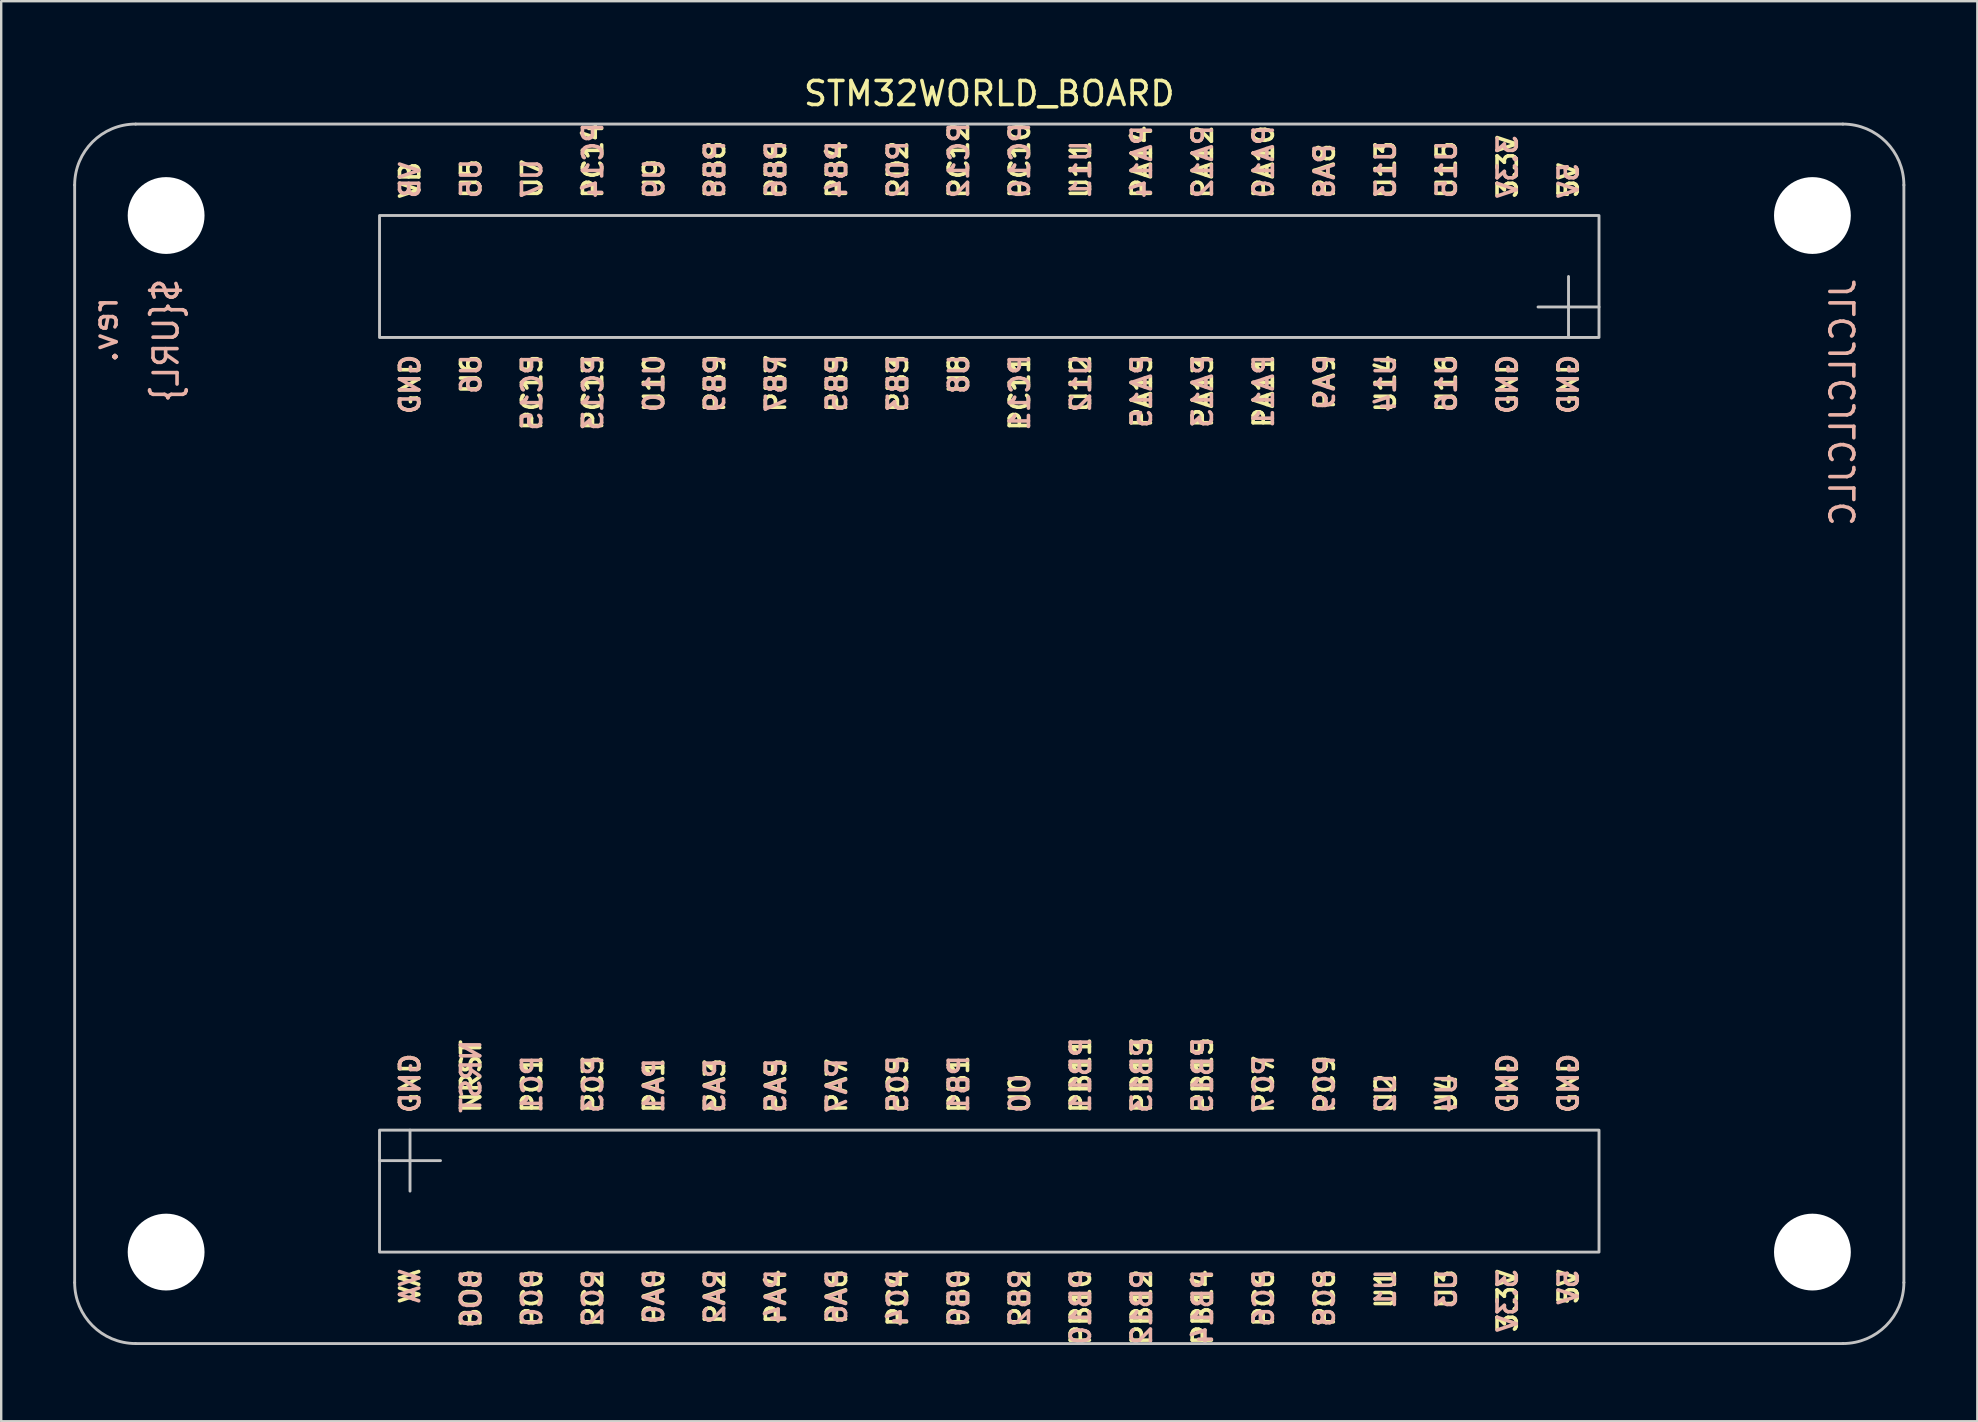
<source format=kicad_pcb>
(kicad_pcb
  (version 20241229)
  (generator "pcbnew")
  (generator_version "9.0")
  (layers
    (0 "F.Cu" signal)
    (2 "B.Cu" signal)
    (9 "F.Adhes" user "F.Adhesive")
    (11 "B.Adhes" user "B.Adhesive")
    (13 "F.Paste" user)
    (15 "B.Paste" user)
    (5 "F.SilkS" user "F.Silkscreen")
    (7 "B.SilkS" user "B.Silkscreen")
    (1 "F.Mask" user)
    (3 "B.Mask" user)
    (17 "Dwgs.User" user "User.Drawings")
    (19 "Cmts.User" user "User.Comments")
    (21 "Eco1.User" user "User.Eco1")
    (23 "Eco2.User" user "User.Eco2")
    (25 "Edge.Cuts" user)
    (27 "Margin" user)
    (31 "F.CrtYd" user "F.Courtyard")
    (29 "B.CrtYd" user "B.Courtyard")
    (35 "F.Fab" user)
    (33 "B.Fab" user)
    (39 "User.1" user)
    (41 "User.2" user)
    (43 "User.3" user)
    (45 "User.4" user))
  (footprint "STM32WORLD_BOARD"
    (layer "F.Cu")
    (at 38.16 27.518)
    (property "Reference" "STM32WORLD_BOARD" (at 0 -26.67 0) (layer "F.SilkS") (effects (font (size 1 1) (thickness 0.15))))
    (attr through_hole exclude_from_pos_files exclude_from_bom)
    (fp_line (start -38.1 -22.86) (end -38.1 22.86) (stroke (width 0.12) (type solid)) (layer "Dwgs.User"))
    (fp_line (start -35.56 25.4) (end 35.56 25.4) (stroke (width 0.12) (type solid)) (layer "Dwgs.User"))
    (fp_line (start -25.4 17.78) (end -22.86 17.78) (stroke (width 0.12) (type solid)) (layer "Dwgs.User"))
    (fp_line (start -24.13 19.05) (end -24.13 16.51) (stroke (width 0.12) (type solid)) (layer "Dwgs.User"))
    (fp_line (start 24.13 -16.51) (end 24.13 -19.05) (stroke (width 0.12) (type solid)) (layer "Dwgs.User"))
    (fp_line (start 25.4 -17.78) (end 22.86 -17.78) (stroke (width 0.12) (type solid)) (layer "Dwgs.User"))
    (fp_line (start 35.56 -25.4) (end -35.56 -25.4) (stroke (width 0.12) (type solid)) (layer "Dwgs.User"))
    (fp_line (start 38.1 22.86) (end 38.1 -22.86) (stroke (width 0.12) (type solid)) (layer "Dwgs.User"))
    (fp_rect (start -25.4 21.59) (end 25.4 16.51) (stroke (width 0.12) (type solid)) (fill no) (layer "Dwgs.User"))
    (fp_rect (start 25.4 -21.59) (end -25.4 -16.51) (stroke (width 0.12) (type solid)) (fill no) (layer "Dwgs.User"))
    (fp_arc (start -38.1 -22.86) (mid -37.356051 -24.656051) (end -35.56 -25.4) (stroke (width 0.12) (type solid)) (layer "Dwgs.User"))
    (fp_arc (start -35.56 25.4) (mid -37.356051 24.656051) (end -38.1 22.86) (stroke (width 0.12) (type solid)) (layer "Dwgs.User"))
    (fp_arc (start 35.56 -25.4) (mid 37.356051 -24.656051) (end 38.1 -22.86) (stroke (width 0.12) (type solid)) (layer "Dwgs.User"))
    (fp_arc (start 38.1 22.86) (mid 37.356051 24.656051) (end 35.56 25.4) (stroke (width 0.12) (type solid)) (layer "Dwgs.User"))
    (fp_text user "PC11" (at 1.27 -15.875 90) (layer "F.SilkS") (effects (font (size 0.8 0.8) (thickness 0.15)) (justify right)))
    (fp_text user "3.3V" (at 21.59 22.225 90) (layer "F.SilkS") (effects (font (size 0.8 0.8) (thickness 0.15)) (justify right)))
    (fp_text user "PB1" (at -1.27 15.875 90) (layer "F.SilkS") (effects (font (size 0.8 0.8) (thickness 0.15)) (justify left)))
    (fp_text user "U1" (at 16.51 22.225 90) (layer "F.SilkS") (effects (font (size 0.8 0.8) (thickness 0.15)) (justify right)))
    (fp_text user "U13" (at 16.51 -22.225 90) (layer "F.SilkS") (effects (font (size 0.8 0.8) (thickness 0.15)) (justify left)))
    (fp_text user "NRST" (at -21.59 15.875 90) (layer "F.SilkS") (effects (font (size 0.8 0.8) (thickness 0.15)) (justify left)))
    (fp_text user "PC3" (at -16.51 15.875 90) (layer "F.SilkS") (effects (font (size 0.8 0.8) (thickness 0.15)) (justify left)))
    (fp_text user "PD2" (at -3.81 -22.225 90) (layer "F.SilkS") (effects (font (size 0.8 0.8) (thickness 0.15)) (justify left)))
    (fp_text user "GND" (at 24.13 -15.875 90) (layer "F.SilkS") (effects (font (size 0.8 0.8) (thickness 0.15)) (justify right)))
    (fp_text user "PC8" (at 13.97 22.225 90) (layer "F.SilkS") (effects (font (size 0.8 0.8) (thickness 0.15)) (justify right)))
    (fp_text user "PC4" (at -3.81 22.225 90) (layer "F.SilkS") (effects (font (size 0.8 0.8) (thickness 0.15)) (justify right)))
    (fp_text user "PA6" (at -6.35 22.225 90) (layer "F.SilkS") (effects (font (size 0.8 0.8) (thickness 0.15)) (justify right)))
    (fp_text user "U8" (at -1.27 -15.875 90) (layer "F.SilkS") (effects (font (size 0.8 0.8) (thickness 0.15)) (justify right)))
    (fp_text user "5V" (at 24.13 22.225 90) (layer "F.SilkS") (effects (font (size 0.8 0.8) (thickness 0.15)) (justify right)))
    (fp_text user "U7" (at -19.05 -22.225 90) (layer "F.SilkS") (effects (font (size 0.8 0.8) (thickness 0.15)) (justify left)))
    (fp_text user "PC7" (at 11.43 15.875 90) (layer "F.SilkS") (effects (font (size 0.8 0.8) (thickness 0.15)) (justify left)))
    (fp_text user "PA8" (at 13.97 -22.225 90) (layer "F.SilkS") (effects (font (size 0.8 0.8) (thickness 0.15)) (justify left)))
    (fp_text user "GND" (at 24.13 15.875 90) (layer "F.SilkS") (effects (font (size 0.8 0.8) (thickness 0.15)) (justify left)))
    (fp_text user "PA14" (at 6.35 -22.225 90) (layer "F.SilkS") (effects (font (size 0.8 0.8) (thickness 0.15)) (justify left)))
    (fp_text user "3.3V" (at 21.59 -22.225 90) (layer "F.SilkS") (effects (font (size 0.8 0.8) (thickness 0.15)) (justify left)))
    (fp_text user "VB" (at -24.13 -22.225 90) (layer "F.SilkS") (effects (font (size 0.8 0.8) (thickness 0.15)) (justify left)))
    (fp_text user "PB5" (at -6.35 -15.875 90) (layer "F.SilkS") (effects (font (size 0.8 0.8) (thickness 0.15)) (justify right)))
    (fp_text user "PA11" (at 11.43 -15.875 90) (layer "F.SilkS") (effects (font (size 0.8 0.8) (thickness 0.15)) (justify right)))
    (fp_text user "PC5" (at -3.81 15.875 90) (layer "F.SilkS") (effects (font (size 0.8 0.8) (thickness 0.15)) (justify left)))
    (fp_text user "U12" (at 3.81 -15.875 90) (layer "F.SilkS") (effects (font (size 0.8 0.8) (thickness 0.15)) (justify right)))
    (fp_text user "U6" (at -21.59 -15.875 90) (layer "F.SilkS") (effects (font (size 0.8 0.8) (thickness 0.15)) (justify right)))
    (fp_text user "VA" (at -24.13 22.225 90) (layer "F.SilkS") (effects (font (size 0.8 0.8) (thickness 0.15)) (justify right)))
    (fp_text user "PB13" (at 6.35 15.875 90) (layer "F.SilkS") (effects (font (size 0.8 0.8) (thickness 0.15)) (justify left)))
    (fp_text user "GND" (at 21.59 -15.875 90) (layer "F.SilkS") (effects (font (size 0.8 0.8) (thickness 0.15)) (justify right)))
    (fp_text user "PC1" (at -19.05 15.875 90) (layer "F.SilkS") (effects (font (size 0.8 0.8) (thickness 0.15)) (justify left)))
    (fp_text user "PB11" (at 3.81 15.875 90) (layer "F.SilkS") (effects (font (size 0.8 0.8) (thickness 0.15)) (justify left)))
    (fp_text user "PA9" (at 13.97 -15.875 90) (layer "F.SilkS") (effects (font (size 0.8 0.8) (thickness 0.15)) (justify right)))
    (fp_text user "PC12" (at -1.27 -22.225 90) (layer "F.SilkS") (effects (font (size 0.8 0.8) (thickness 0.15)) (justify left)))
    (fp_text user "U4" (at 19.05 15.875 90) (layer "F.SilkS") (effects (font (size 0.8 0.8) (thickness 0.15)) (justify left)))
    (fp_text user "5V" (at 24.13 -22.225 90) (layer "F.SilkS") (effects (font (size 0.8 0.8) (thickness 0.15)) (justify left)))
    (fp_text user "PC14" (at -16.51 -22.225 90) (layer "F.SilkS") (effects (font (size 0.8 0.8) (thickness 0.15)) (justify left)))
    (fp_text user "PB0" (at -1.27 22.225 90) (layer "F.SilkS") (effects (font (size 0.8 0.8) (thickness 0.15)) (justify right)))
    (fp_text user "PA13" (at 8.89 -15.875 90) (layer "F.SilkS") (effects (font (size 0.8 0.8) (thickness 0.15)) (justify right)))
    (fp_text user "PA12" (at 8.89 -22.225 90) (layer "F.SilkS") (effects (font (size 0.8 0.8) (thickness 0.15)) (justify left)))
    (fp_text user "U0" (at 1.27 15.875 90) (layer "F.SilkS") (effects (font (size 0.8 0.8) (thickness 0.15)) (justify left)))
    (fp_text user "GND" (at -24.13 15.875 90) (layer "F.SilkS") (effects (font (size 0.8 0.8) (thickness 0.15)) (justify left)))
    (fp_text user "PC15" (at -19.05 -15.875 90) (layer "F.SilkS") (effects (font (size 0.8 0.8) (thickness 0.15)) (justify right)))
    (fp_text user "PC13" (at -16.51 -15.875 90) (layer "F.SilkS") (effects (font (size 0.8 0.8) (thickness 0.15)) (justify right)))
    (fp_text user "PB3" (at -3.81 -15.875 90) (layer "F.SilkS") (effects (font (size 0.8 0.8) (thickness 0.15)) (justify right)))
    (fp_text user "U15" (at 19.05 -22.225 90) (layer "F.SilkS") (effects (font (size 0.8 0.8) (thickness 0.15)) (justify left)))
    (fp_text user "PC6" (at 11.43 22.225 90) (layer "F.SilkS") (effects (font (size 0.8 0.8) (thickness 0.15)) (justify right)))
    (fp_text user "PB6" (at -8.89 -22.225 90) (layer "F.SilkS") (effects (font (size 0.8 0.8) (thickness 0.15)) (justify left)))
    (fp_text user "PB10" (at 3.81 22.225 90) (layer "F.SilkS") (effects (font (size 0.8 0.8) (thickness 0.15)) (justify right)))
    (fp_text user "PB15" (at 8.89 15.875 90) (layer "F.SilkS") (effects (font (size 0.8 0.8) (thickness 0.15)) (justify left)))
    (fp_text user "PA15" (at 6.35 -15.875 90) (layer "F.SilkS") (effects (font (size 0.8 0.8) (thickness 0.15)) (justify right)))
    (fp_text user "PB8" (at -11.43 -22.225 90) (layer "F.SilkS") (effects (font (size 0.8 0.8) (thickness 0.15)) (justify left)))
    (fp_text user "PC10" (at 1.27 -22.225 90) (layer "F.SilkS") (effects (font (size 0.8 0.8) (thickness 0.15)) (justify left)))
    (fp_text user "GND" (at 21.59 15.875 90) (layer "F.SilkS") (effects (font (size 0.8 0.8) (thickness 0.15)) (justify left)))
    (fp_text user "U14" (at 16.51 -15.875 90) (layer "F.SilkS") (effects (font (size 0.8 0.8) (thickness 0.15)) (justify right)))
    (fp_text user "GND" (at -24.13 -15.875 90) (layer "F.SilkS") (effects (font (size 0.8 0.8) (thickness 0.15)) (justify right)))
    (fp_text user "U5" (at -21.59 -22.225 90) (layer "F.SilkS") (effects (font (size 0.8 0.8) (thickness 0.15)) (justify left)))
    (fp_text user "PB9" (at -11.43 -15.875 90) (layer "F.SilkS") (effects (font (size 0.8 0.8) (thickness 0.15)) (justify right)))
    (fp_text user "PA2" (at -11.43 22.225 90) (layer "F.SilkS") (effects (font (size 0.8 0.8) (thickness 0.15)) (justify right)))
    (fp_text user "PC0" (at -19.05 22.225 90) (layer "F.SilkS") (effects (font (size 0.8 0.8) (thickness 0.15)) (justify right)))
    (fp_text user "PA5" (at -8.89 15.875 90) (layer "F.SilkS") (effects (font (size 0.8 0.8) (thickness 0.15)) (justify left)))
    (fp_text user "PB7" (at -8.89 -15.875 90) (layer "F.SilkS") (effects (font (size 0.8 0.8) (thickness 0.15)) (justify right)))
    (fp_text user "U16" (at 19.05 -15.875 90) (layer "F.SilkS") (effects (font (size 0.8 0.8) (thickness 0.15)) (justify right)))
    (fp_text user "U2" (at 16.51 15.875 90) (layer "F.SilkS") (effects (font (size 0.8 0.8) (thickness 0.15)) (justify left)))
    (fp_text user "PB2" (at 1.27 22.225 90) (layer "F.SilkS") (effects (font (size 0.8 0.8) (thickness 0.15)) (justify right)))
    (fp_text user "U10" (at -13.97 -15.875 90) (layer "F.SilkS") (effects (font (size 0.8 0.8) (thickness 0.15)) (justify right)))
    (fp_text user "PA1" (at -13.97 15.875 90) (layer "F.SilkS") (effects (font (size 0.8 0.8) (thickness 0.15)) (justify left)))
    (fp_text user "U9" (at -13.97 -22.225 90) (layer "F.SilkS") (effects (font (size 0.8 0.8) (thickness 0.15)) (justify left)))
    (fp_text user "PB12" (at 6.35 22.225 90) (layer "F.SilkS") (effects (font (size 0.8 0.8) (thickness 0.15)) (justify right)))
    (fp_text user "PB14" (at 8.89 22.225 90) (layer "F.SilkS") (effects (font (size 0.8 0.8) (thickness 0.15)) (justify right)))
    (fp_text user "PA7" (at -6.35 15.875 90) (layer "F.SilkS") (effects (font (size 0.8 0.8) (thickness 0.15)) (justify left)))
    (fp_text user "PC2" (at -16.51 22.225 90) (layer "F.SilkS") (effects (font (size 0.8 0.8) (thickness 0.15)) (justify right)))
    (fp_text user "U3" (at 19.05 22.225 90) (layer "F.SilkS") (effects (font (size 0.8 0.8) (thickness 0.15)) (justify right)))
    (fp_text user "U11" (at 3.81 -22.225 90) (layer "F.SilkS") (effects (font (size 0.8 0.8) (thickness 0.15)) (justify left)))
    (fp_text user "PA0" (at -13.97 22.225 90) (layer "F.SilkS") (effects (font (size 0.8 0.8) (thickness 0.15)) (justify right)))
    (fp_text user "PA10" (at 11.43 -22.225 90) (layer "F.SilkS") (effects (font (size 0.8 0.8) (thickness 0.15)) (justify left)))
    (fp_text user "PA3" (at -11.43 15.875 90) (layer "F.SilkS") (effects (font (size 0.8 0.8) (thickness 0.15)) (justify left)))
    (fp_text user "PC9" (at 13.97 15.875 90) (layer "F.SilkS") (effects (font (size 0.8 0.8) (thickness 0.15)) (justify left)))
    (fp_text user "PA4" (at -8.89 22.225 90) (layer "F.SilkS") (effects (font (size 0.8 0.8) (thickness 0.15)) (justify right)))
    (fp_text user "BO0" (at -21.59 22.225 90) (layer "F.SilkS") (effects (font (size 0.8 0.8) (thickness 0.15)) (justify right)))
    (fp_text user "PB4" (at -6.35 -22.225 90) (layer "F.SilkS") (effects (font (size 0.8 0.8) (thickness 0.15)) (justify left)))
    (fp_text user "PC15" (at -19.05 -15.875 90) (layer "B.SilkS") (effects (font (size 0.8 0.8) (thickness 0.15)) (justify left mirror)))
    (fp_text user "PA3" (at -11.43 15.875 90) (layer "B.SilkS") (effects (font (size 0.8 0.8) (thickness 0.15)) (justify right mirror)))
    (fp_text user "PA7" (at -6.35 15.875 90) (layer "B.SilkS") (effects (font (size 0.8 0.8) (thickness 0.15)) (justify right mirror)))
    (fp_text user "U15" (at 19.05 -22.225 90) (layer "B.SilkS") (effects (font (size 0.8 0.8) (thickness 0.15)) (justify right mirror)))
    (fp_text user "PB5" (at -6.35 -15.875 90) (layer "B.SilkS") (effects (font (size 0.8 0.8) (thickness 0.15)) (justify left mirror)))
    (fp_text user "GND" (at 21.59 15.875 90) (layer "B.SilkS") (effects (font (size 0.8 0.8) (thickness 0.15)) (justify right mirror)))
    (fp_text user "U6" (at -21.59 -15.875 90) (layer "B.SilkS") (effects (font (size 0.8 0.8) (thickness 0.15)) (justify left mirror)))
    (fp_text user "GND" (at 21.59 -15.875 90) (layer "B.SilkS") (effects (font (size 0.8 0.8) (thickness 0.15)) (justify left mirror)))
    (fp_text user "PB12" (at 6.35 22.225 90) (layer "B.SilkS") (effects (font (size 0.8 0.8) (thickness 0.15)) (justify left mirror)))
    (fp_text user "PA15" (at 6.35 -15.875 90) (layer "B.SilkS") (effects (font (size 0.8 0.8) (thickness 0.15)) (justify left mirror)))
    (fp_text user "PA0" (at -13.97 22.225 90) (layer "B.SilkS") (effects (font (size 0.8 0.8) (thickness 0.15)) (justify left mirror)))
    (fp_text user "PC1" (at -19.05 15.875 90) (layer "B.SilkS") (effects (font (size 0.8 0.8) (thickness 0.15)) (justify right mirror)))
    (fp_text user "3.3V" (at 21.59 22.225 90) (layer "B.SilkS") (effects (font (size 0.8 0.8) (thickness 0.15)) (justify left mirror)))
    (fp_text user "${TITLE} rev. ${REVISION}" (at -36.83 -19.05 90) (unlocked yes) (layer "B.SilkS") (effects (font (size 1 1) (thickness 0.15)) (justify left mirror)))
    (fp_text user "U14" (at 16.51 -15.875 90) (layer "B.SilkS") (effects (font (size 0.8 0.8) (thickness 0.15)) (justify left mirror)))
    (fp_text user "PA2" (at -11.43 22.225 90) (layer "B.SilkS") (effects (font (size 0.8 0.8) (thickness 0.15)) (justify left mirror)))
    (fp_text user "U13" (at 16.51 -22.225 90) (layer "B.SilkS") (effects (font (size 0.8 0.8) (thickness 0.15)) (justify right mirror)))
    (fp_text user "U1" (at 16.51 22.225 90) (layer "B.SilkS") (effects (font (size 0.8 0.8) (thickness 0.15)) (justify left mirror)))
    (fp_text user "PC7" (at 11.43 15.875 90) (layer "B.SilkS") (effects (font (size 0.8 0.8) (thickness 0.15)) (justify right mirror)))
    (fp_text user "3.3V" (at 21.59 -22.225 90) (layer "B.SilkS") (effects (font (size 0.8 0.8) (thickness 0.15)) (justify right mirror)))
    (fp_text user "${URL}" (at -34.29 -19.05 90) (unlocked yes) (layer "B.SilkS") (effects (font (size 1 1) (thickness 0.15)) (justify left mirror)))
    (fp_text user "PB10" (at 3.81 22.225 90) (layer "B.SilkS") (effects (font (size 0.8 0.8) (thickness 0.15)) (justify left mirror)))
    (fp_text user "U8" (at -1.27 -15.875 90) (layer "B.SilkS") (effects (font (size 0.8 0.8) (thickness 0.15)) (justify left mirror)))
    (fp_text user "U2" (at 16.51 15.875 90) (layer "B.SilkS") (effects (font (size 0.8 0.8) (thickness 0.15)) (justify right mirror)))
    (fp_text user "NRST" (at -21.59 15.875 90) (layer "B.SilkS") (effects (font (size 0.8 0.8) (thickness 0.15)) (justify right mirror)))
    (fp_text user "5V" (at 24.13 22.225 90) (layer "B.SilkS") (effects (font (size 0.8 0.8) (thickness 0.15)) (justify left mirror)))
    (fp_text user "PB3" (at -3.81 -15.875 90) (layer "B.SilkS") (effects (font (size 0.8 0.8) (thickness 0.15)) (justify left mirror)))
    (fp_text user "PC9" (at 13.97 15.875 90) (layer "B.SilkS") (effects (font (size 0.8 0.8) (thickness 0.15)) (justify right mirror)))
    (fp_text user "PA8" (at 13.97 -22.225 90) (layer "B.SilkS") (effects (font (size 0.8 0.8) (thickness 0.15)) (justify right mirror)))
    (fp_text user "PB9" (at -11.43 -15.875 90) (layer "B.SilkS") (effects (font (size 0.8 0.8) (thickness 0.15)) (justify left mirror)))
    (fp_text user "VB" (at -24.13 -22.225 90) (layer "B.SilkS") (effects (font (size 0.8 0.8) (thickness 0.15)) (justify right mirror)))
    (fp_text user "PB0" (at -1.27 22.225 90) (layer "B.SilkS") (effects (font (size 0.8 0.8) (thickness 0.15)) (justify left mirror)))
    (fp_text user "PC13" (at -16.51 -15.875 90) (layer "B.SilkS") (effects (font (size 0.8 0.8) (thickness 0.15)) (justify left mirror)))
    (fp_text user "U10" (at -13.97 -15.875 90) (layer "B.SilkS") (effects (font (size 0.8 0.8) (thickness 0.15)) (justify left mirror)))
    (fp_text user "PB13" (at 6.35 15.875 90) (layer "B.SilkS") (effects (font (size 0.8 0.8) (thickness 0.15)) (justify right mirror)))
    (fp_text user "JLCJLCJLCJLC" (at 35.56 -19.05 90) (unlocked yes) (layer "B.SilkS") (effects (font (size 1 1) (thickness 0.15)) (justify left mirror)))
    (fp_text user "PC4" (at -3.81 22.225 90) (layer "B.SilkS") (effects (font (size 0.8 0.8) (thickness 0.15)) (justify left mirror)))
    (fp_text user "GND" (at -24.13 -15.875 90) (layer "B.SilkS") (effects (font (size 0.8 0.8) (thickness 0.15)) (justify left mirror)))
    (fp_text user "PB14" (at 8.89 22.225 90) (layer "B.SilkS") (effects (font (size 0.8 0.8) (thickness 0.15)) (justify left mirror)))
    (fp_text user "U5" (at -21.59 -22.225 90) (layer "B.SilkS") (effects (font (size 0.8 0.8) (thickness 0.15)) (justify right mirror)))
    (fp_text user "VA" (at -24.13 22.225 90) (layer "B.SilkS") (effects (font (size 0.8 0.8) (thickness 0.15)) (justify left mirror)))
    (fp_text user "U9" (at -13.97 -22.225 90) (layer "B.SilkS") (effects (font (size 0.8 0.8) (thickness 0.15)) (justify right mirror)))
    (fp_text user "U12" (at 3.81 -15.875 90) (layer "B.SilkS") (effects (font (size 0.8 0.8) (thickness 0.15)) (justify left mirror)))
    (fp_text user "PC11" (at 1.27 -15.875 90) (layer "B.SilkS") (effects (font (size 0.8 0.8) (thickness 0.15)) (justify left mirror)))
    (fp_text user "PB2" (at 1.27 22.225 90) (layer "B.SilkS") (effects (font (size 0.8 0.8) (thickness 0.15)) (justify left mirror)))
    (fp_text user "PC12" (at -1.27 -22.225 90) (layer "B.SilkS") (effects (font (size 0.8 0.8) (thickness 0.15)) (justify right mirror)))
    (fp_text user "PA4" (at -8.89 22.225 90) (layer "B.SilkS") (effects (font (size 0.8 0.8) (thickness 0.15)) (justify left mirror)))
    (fp_text user "PA6" (at -6.35 22.225 90) (layer "B.SilkS") (effects (font (size 0.8 0.8) (thickness 0.15)) (justify left mirror)))
    (fp_text user "PD2" (at -3.81 -22.225 90) (layer "B.SilkS") (effects (font (size 0.8 0.8) (thickness 0.15)) (justify right mirror)))
    (fp_text user "PB11" (at 3.81 15.875 90) (layer "B.SilkS") (effects (font (size 0.8 0.8) (thickness 0.15)) (justify right mirror)))
    (fp_text user "U4" (at 19.05 15.875 90) (layer "B.SilkS") (effects (font (size 0.8 0.8) (thickness 0.15)) (justify right mirror)))
    (fp_text user "PC6" (at 11.43 22.225 90) (layer "B.SilkS") (effects (font (size 0.8 0.8) (thickness 0.15)) (justify left mirror)))
    (fp_text user "PA11" (at 11.43 -15.875 90) (layer "B.SilkS") (effects (font (size 0.8 0.8) (thickness 0.15)) (justify left mirror)))
    (fp_text user "PA10" (at 11.43 -22.225 90) (layer "B.SilkS") (effects (font (size 0.8 0.8) (thickness 0.15)) (justify right mirror)))
    (fp_text user "PB1" (at -1.27 15.875 90) (layer "B.SilkS") (effects (font (size 0.8 0.8) (thickness 0.15)) (justify right mirror)))
    (fp_text user "PC0" (at -19.05 22.225 90) (layer "B.SilkS") (effects (font (size 0.8 0.8) (thickness 0.15)) (justify left mirror)))
    (fp_text user "5V" (at 24.13 -22.225 90) (layer "B.SilkS") (effects (font (size 0.8 0.8) (thickness 0.15)) (justify right mirror)))
    (fp_text user "GND" (at 24.13 15.875 90) (layer "B.SilkS") (effects (font (size 0.8 0.8) (thickness 0.15)) (justify right mirror)))
    (fp_text user "PB8" (at -11.43 -22.225 90) (layer "B.SilkS") (effects (font (size 0.8 0.8) (thickness 0.15)) (justify right mirror)))
    (fp_text user "PA12" (at 8.89 -22.225 90) (layer "B.SilkS") (effects (font (size 0.8 0.8) (thickness 0.15)) (justify right mirror)))
    (fp_text user "U11" (at 3.81 -22.225 90) (layer "B.SilkS") (effects (font (size 0.8 0.8) (thickness 0.15)) (justify right mirror)))
    (fp_text user "PC10" (at 1.27 -22.225 90) (layer "B.SilkS") (effects (font (size 0.8 0.8) (thickness 0.15)) (justify right mirror)))
    (fp_text user "BO0" (at -21.59 22.225 90) (layer "B.SilkS") (effects (font (size 0.8 0.8) (thickness 0.15)) (justify left mirror)))
    (fp_text user "PC8" (at 13.97 22.225 90) (layer "B.SilkS") (effects (font (size 0.8 0.8) (thickness 0.15)) (justify left mirror)))
    (fp_text user "PA5" (at -8.89 15.875 90) (layer "B.SilkS") (effects (font (size 0.8 0.8) (thickness 0.15)) (justify right mirror)))
    (fp_text user "PB7" (at -8.89 -15.875 90) (layer "B.SilkS") (effects (font (size 0.8 0.8) (thickness 0.15)) (justify left mirror)))
    (fp_text user "PA13" (at 8.89 -15.875 90) (layer "B.SilkS") (effects (font (size 0.8 0.8) (thickness 0.15)) (justify left mirror)))
    (fp_text user "U7" (at -19.05 -22.225 90) (layer "B.SilkS") (effects (font (size 0.8 0.8) (thickness 0.15)) (justify right mirror)))
    (fp_text user "PA1" (at -13.97 15.875 90) (layer "B.SilkS") (effects (font (size 0.8 0.8) (thickness 0.15)) (justify right mirror)))
    (fp_text user "U3" (at 19.05 22.225 90) (layer "B.SilkS") (effects (font (size 0.8 0.8) (thickness 0.15)) (justify left mirror)))
    (fp_text user "PC5" (at -3.81 15.875 90) (layer "B.SilkS") (effects (font (size 0.8 0.8) (thickness 0.15)) (justify right mirror)))
    (fp_text user "PC2" (at -16.51 22.225 90) (layer "B.SilkS") (effects (font (size 0.8 0.8) (thickness 0.15)) (justify left mirror)))
    (fp_text user "PB6" (at -8.89 -22.225 90) (layer "B.SilkS") (effects (font (size 0.8 0.8) (thickness 0.15)) (justify right mirror)))
    (fp_text user "PB15" (at 8.89 15.875 90) (layer "B.SilkS") (effects (font (size 0.8 0.8) (thickness 0.15)) (justify right mirror)))
    (fp_text user "PB4" (at -6.35 -22.225 90) (layer "B.SilkS") (effects (font (size 0.8 0.8) (thickness 0.15)) (justify right mirror)))
    (fp_text user "GND" (at -24.13 15.875 90) (layer "B.SilkS") (effects (font (size 0.8 0.8) (thickness 0.15)) (justify right mirror)))
    (fp_text user "U16" (at 19.05 -15.875 90) (layer "B.SilkS") (effects (font (size 0.8 0.8) (thickness 0.15)) (justify left mirror)))
    (fp_text user "PA14" (at 6.35 -22.225 90) (layer "B.SilkS") (effects (font (size 0.8 0.8) (thickness 0.15)) (justify right mirror)))
    (fp_text user "PC3" (at -16.51 15.875 90) (layer "B.SilkS") (effects (font (size 0.8 0.8) (thickness 0.15)) (justify right mirror)))
    (fp_text user "PC14" (at -16.51 -22.225 90) (layer "B.SilkS") (effects (font (size 0.8 0.8) (thickness 0.15)) (justify right mirror)))
    (fp_text user "PA9" (at 13.97 -15.875 90) (layer "B.SilkS") (effects (font (size 0.8 0.8) (thickness 0.15)) (justify left mirror)))
    (fp_text user "U0" (at 1.27 15.875 90) (layer "B.SilkS") (effects (font (size 0.8 0.8) (thickness 0.15)) (justify right mirror)))
    (fp_text user "GND" (at 24.13 -15.875 90) (layer "B.SilkS") (effects (font (size 0.8 0.8) (thickness 0.15)) (justify left mirror)))
    (pad "" np_thru_hole circle (at -34.29 -21.59) (size 3.2 3.2) (drill 3.2) (layers "*.Cu" "*.Mask"))
    (pad "" np_thru_hole circle (at -34.29 21.59) (size 3.2 3.2) (drill 3.2) (layers "*.Cu" "*.Mask"))
    (pad "" np_thru_hole circle (at 34.29 -21.59) (size 3.2 3.2) (drill 3.2) (layers "*.Cu" "*.Mask"))
    (pad "" np_thru_hole circle (at 34.29 21.59) (size 3.2 3.2) (drill 3.2) (layers "*.Cu" "*.Mask")))
  (gr_rect
    (start -3 -3)
    (end 79.32 56.157)
    (stroke (width 0.1) (type default))
    (fill no)
    (layer "Edge.Cuts")))
</source>
